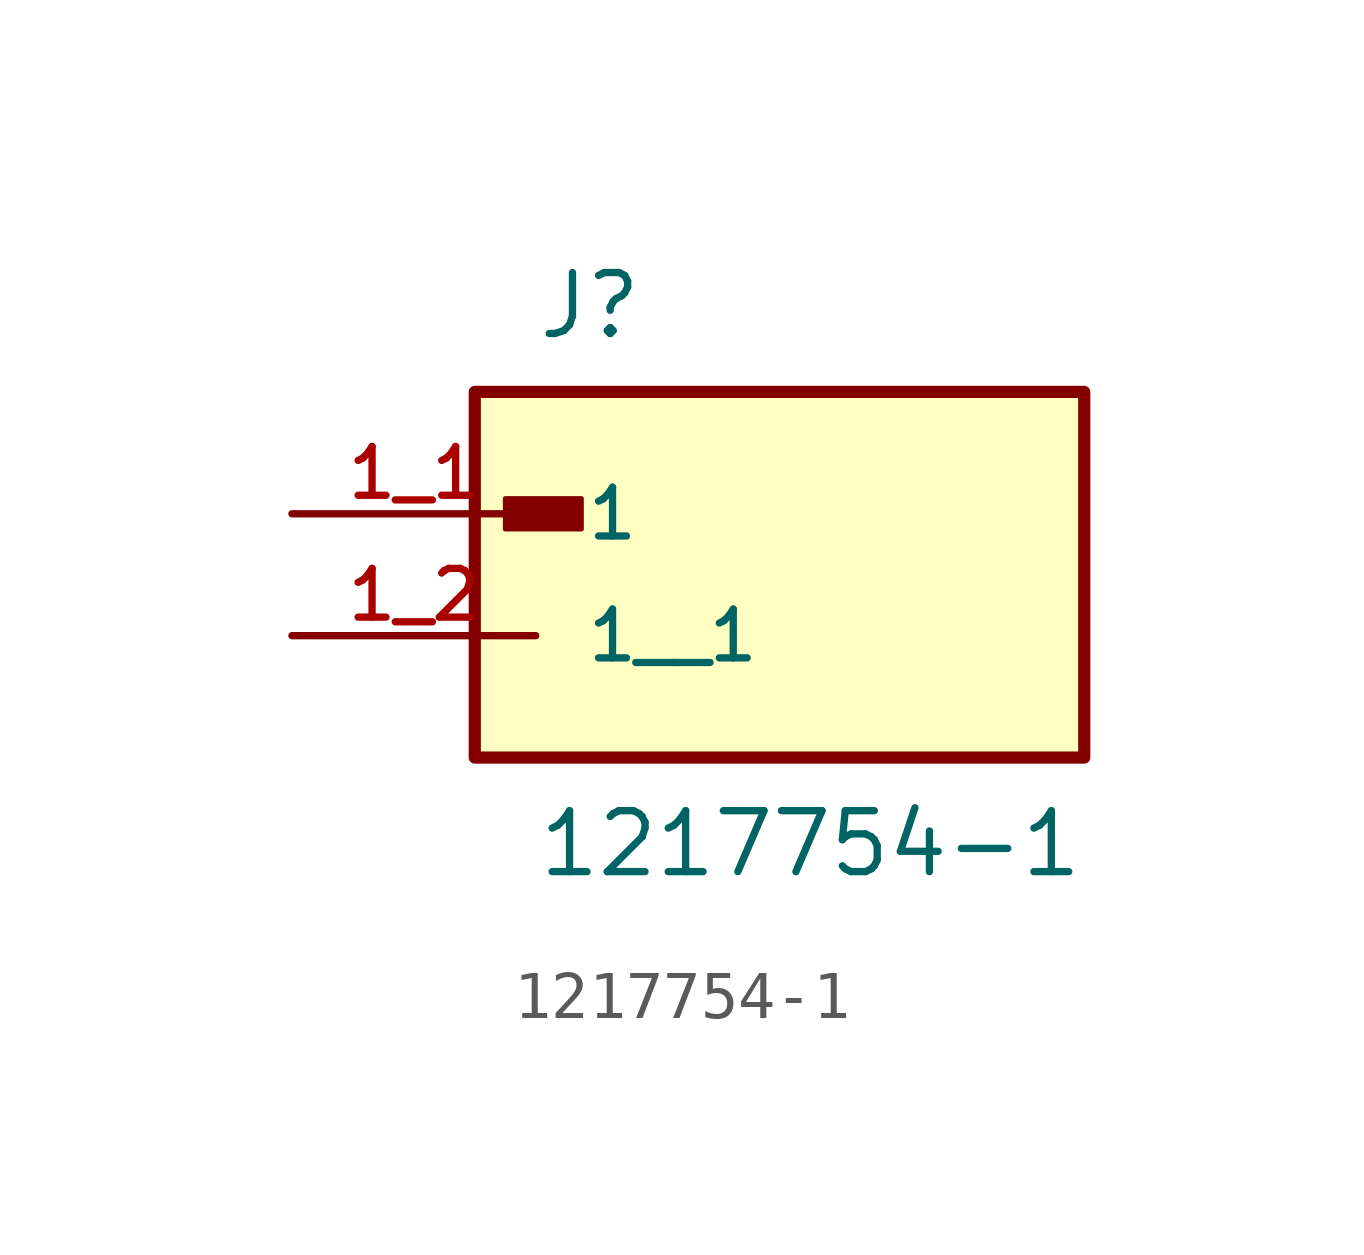
<source format=kicad_sym>
(kicad_symbol_lib
  (version 20211014)
  (generator kicad_symbol_editor)
  (symbol "1217754-1"
    (pin_names
      (offset 1.016))
    (property "Reference" "J"
      (at -5.08 5.08 0)
      (effects (font (size 1.27 1.27)) (justify top left)))
    (property "Value" "1217754-1"
      (at -5.08 -7.62 0)
      (effects (font (size 1.27 1.27)) (justify bottom left)))
    (symbol "1217754-1_0_0"
      (rectangle (start -5.715 -0.318) (end -4.128 0.318) (stroke (width 0.1)) (fill (type outline)))
      (rectangle (start -6.35 -5.08) (end 6.35 2.54) (stroke (width 0.254)) (fill (type background)))
      (pin passive line (at -10.16 0.0 0) (length 5.08) (name "1" (effects (font (size 1.016 1.016)))) (number "1_1" (effects (font (size 1.016 1.016)))))
      (pin passive line (at -10.16 -2.54 0) (length 5.08) (name "1__1" (effects (font (size 1.016 1.016)))) (number "1_2" (effects (font (size 1.016 1.016))))))))
</source>
